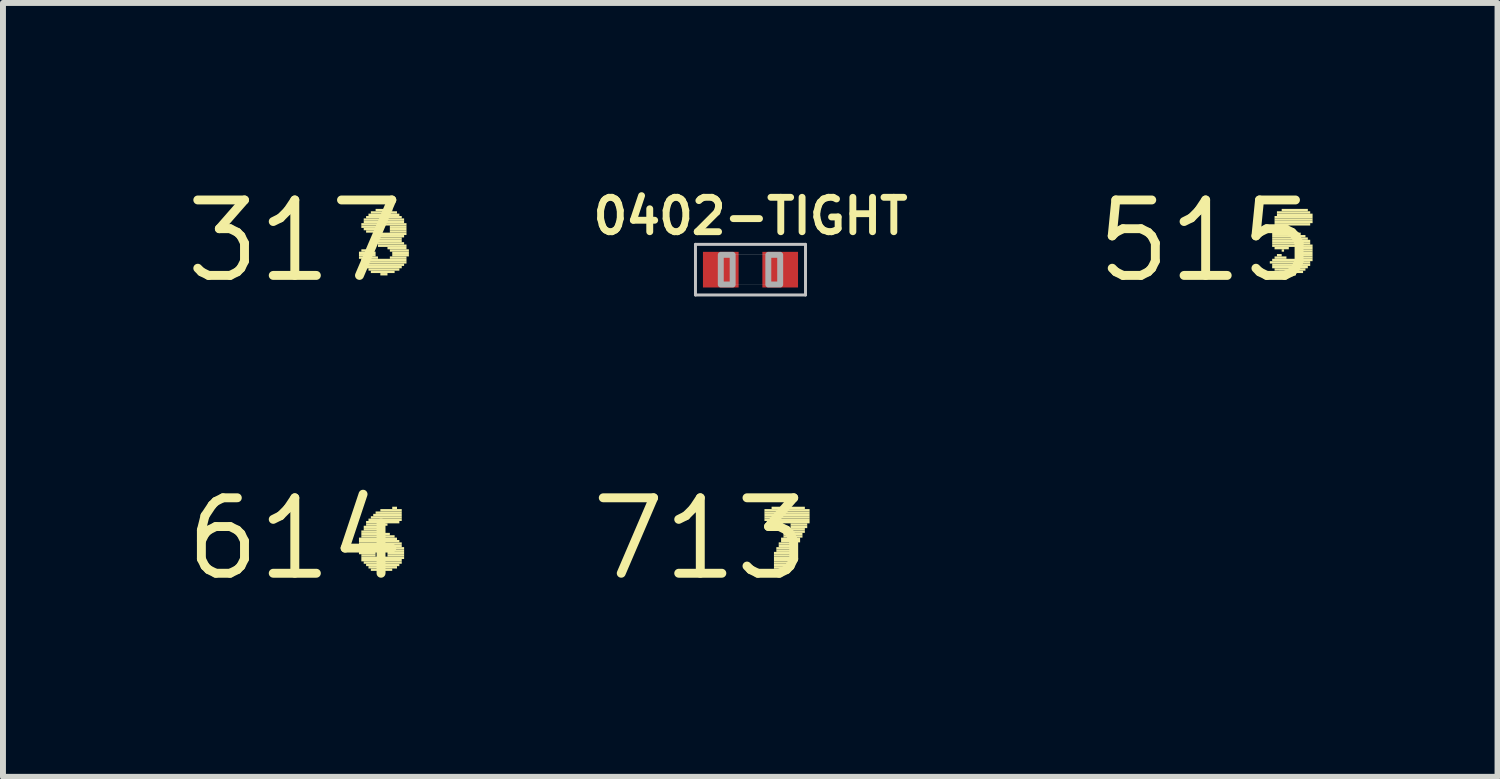
<source format=kicad_pcb>
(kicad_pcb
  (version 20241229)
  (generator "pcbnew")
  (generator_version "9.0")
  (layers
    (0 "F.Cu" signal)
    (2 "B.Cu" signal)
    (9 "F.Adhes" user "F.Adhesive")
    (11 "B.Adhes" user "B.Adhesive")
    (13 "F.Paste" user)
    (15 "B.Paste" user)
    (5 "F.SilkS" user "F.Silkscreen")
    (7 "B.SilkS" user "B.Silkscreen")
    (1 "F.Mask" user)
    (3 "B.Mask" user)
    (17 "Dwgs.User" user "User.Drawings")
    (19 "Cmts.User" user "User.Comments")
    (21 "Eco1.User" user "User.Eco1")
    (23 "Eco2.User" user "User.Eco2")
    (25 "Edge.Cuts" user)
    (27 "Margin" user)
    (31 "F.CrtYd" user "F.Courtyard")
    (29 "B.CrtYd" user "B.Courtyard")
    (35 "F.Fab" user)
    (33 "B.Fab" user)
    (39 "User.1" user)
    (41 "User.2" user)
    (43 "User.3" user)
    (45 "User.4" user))
  (footprint "515"
    (layer "F.Cu")
    (at 17.243 1.006)
    (property "Reference" "515" (at 0 0 0) (layer "F.SilkS") (effects (font (size 1.27 1.27) (thickness 0.15))))
    (attr through_hole)
    (fp_poly (pts (xy 1.08 0.38) (xy 1.76 0.38) (xy 1.76 0.34) (xy 1.08 0.34)) (stroke (width 0) (type solid)) (fill yes) (layer "F.SilkS"))
    (fp_poly (pts (xy 1.12 -0.14) (xy 1.48 -0.14) (xy 1.48 -0.18) (xy 1.12 -0.18)) (stroke (width 0) (type solid)) (fill yes) (layer "F.SilkS"))
    (fp_poly (pts (xy 1.12 -0.1) (xy 1.6 -0.1) (xy 1.6 -0.14) (xy 1.12 -0.14)) (stroke (width 0) (type solid)) (fill yes) (layer "F.SilkS"))
    (fp_poly (pts (xy 1.12 -0.06) (xy 1.68 -0.06) (xy 1.68 -0.1) (xy 1.12 -0.1)) (stroke (width 0) (type solid)) (fill yes) (layer "F.SilkS"))
    (fp_poly (pts (xy 1.12 -0.02) (xy 1.72 -0.02) (xy 1.72 -0.06) (xy 1.12 -0.06)) (stroke (width 0) (type solid)) (fill yes) (layer "F.SilkS"))
    (fp_poly (pts (xy 1.12 0.02) (xy 1.76 0.02) (xy 1.76 -0.02) (xy 1.12 -0.02)) (stroke (width 0) (type solid)) (fill yes) (layer "F.SilkS"))
    (fp_poly (pts (xy 1.12 0.06) (xy 1.76 0.06) (xy 1.76 0.02) (xy 1.12 0.02)) (stroke (width 0) (type solid)) (fill yes) (layer "F.SilkS"))
    (fp_poly (pts (xy 1.12 0.1) (xy 1.8 0.1) (xy 1.8 0.06) (xy 1.12 0.06)) (stroke (width 0) (type solid)) (fill yes) (layer "F.SilkS"))
    (fp_poly (pts (xy 1.12 0.34) (xy 1.8 0.34) (xy 1.8 0.3) (xy 1.12 0.3)) (stroke (width 0) (type solid)) (fill yes) (layer "F.SilkS"))
    (fp_poly (pts (xy 1.12 0.42) (xy 1.76 0.42) (xy 1.76 0.38) (xy 1.12 0.38)) (stroke (width 0) (type solid)) (fill yes) (layer "F.SilkS"))
    (fp_poly (pts (xy 1.12 0.46) (xy 1.72 0.46) (xy 1.72 0.42) (xy 1.12 0.42)) (stroke (width 0) (type solid)) (fill yes) (layer "F.SilkS"))
    (fp_poly (pts (xy 1.16 -0.38) (xy 1.8 -0.38) (xy 1.8 -0.42) (xy 1.16 -0.42)) (stroke (width 0) (type solid)) (fill yes) (layer "F.SilkS"))
    (fp_poly (pts (xy 1.16 -0.34) (xy 1.8 -0.34) (xy 1.8 -0.38) (xy 1.16 -0.38)) (stroke (width 0) (type solid)) (fill yes) (layer "F.SilkS"))
    (fp_poly (pts (xy 1.16 -0.3) (xy 1.8 -0.3) (xy 1.8 -0.34) (xy 1.16 -0.34)) (stroke (width 0) (type solid)) (fill yes) (layer "F.SilkS"))
    (fp_poly (pts (xy 1.16 -0.26) (xy 1.76 -0.26) (xy 1.76 -0.3) (xy 1.16 -0.3)) (stroke (width 0) (type solid)) (fill yes) (layer "F.SilkS"))
    (fp_poly (pts (xy 1.16 -0.22) (xy 1.4 -0.22) (xy 1.4 -0.26) (xy 1.16 -0.26)) (stroke (width 0) (type solid)) (fill yes) (layer "F.SilkS"))
    (fp_poly (pts (xy 1.16 -0.18) (xy 1.4 -0.18) (xy 1.4 -0.22) (xy 1.16 -0.22)) (stroke (width 0) (type solid)) (fill yes) (layer "F.SilkS"))
    (fp_poly (pts (xy 1.16 0.14) (xy 1.4 0.14) (xy 1.4 0.1) (xy 1.16 0.1)) (stroke (width 0) (type solid)) (fill yes) (layer "F.SilkS"))
    (fp_poly (pts (xy 1.16 0.3) (xy 1.36 0.3) (xy 1.36 0.26) (xy 1.16 0.26)) (stroke (width 0) (type solid)) (fill yes) (layer "F.SilkS"))
    (fp_poly (pts (xy 1.16 0.5) (xy 1.68 0.5) (xy 1.68 0.46) (xy 1.16 0.46)) (stroke (width 0) (type solid)) (fill yes) (layer "F.SilkS"))
    (fp_poly (pts (xy 1.2 -0.46) (xy 1.76 -0.46) (xy 1.76 -0.5) (xy 1.2 -0.5)) (stroke (width 0) (type solid)) (fill yes) (layer "F.SilkS"))
    (fp_poly (pts (xy 1.2 -0.42) (xy 1.8 -0.42) (xy 1.8 -0.46) (xy 1.2 -0.46)) (stroke (width 0) (type solid)) (fill yes) (layer "F.SilkS"))
    (fp_poly (pts (xy 1.2 0.26) (xy 1.28 0.26) (xy 1.28 0.22) (xy 1.2 0.22)) (stroke (width 0) (type solid)) (fill yes) (layer "F.SilkS"))
    (fp_poly (pts (xy 1.24 0.54) (xy 1.64 0.54) (xy 1.64 0.5) (xy 1.24 0.5)) (stroke (width 0) (type solid)) (fill yes) (layer "F.SilkS"))
    (fp_poly (pts (xy 1.28 -0.5) (xy 1.72 -0.5) (xy 1.72 -0.54) (xy 1.28 -0.54)) (stroke (width 0) (type solid)) (fill yes) (layer "F.SilkS"))
    (fp_poly (pts (xy 1.28 0.18) (xy 1.32 0.18) (xy 1.32 0.14) (xy 1.28 0.14)) (stroke (width 0) (type solid)) (fill yes) (layer "F.SilkS"))
    (fp_poly (pts (xy 1.36 0.58) (xy 1.52 0.58) (xy 1.52 0.54) (xy 1.36 0.54)) (stroke (width 0) (type solid)) (fill yes) (layer "F.SilkS"))
    (fp_poly (pts (xy 1.52 0.14) (xy 1.8 0.14) (xy 1.8 0.1) (xy 1.52 0.1)) (stroke (width 0) (type solid)) (fill yes) (layer "F.SilkS"))
    (fp_poly (pts (xy 1.52 0.18) (xy 1.8 0.18) (xy 1.8 0.14) (xy 1.52 0.14)) (stroke (width 0) (type solid)) (fill yes) (layer "F.SilkS"))
    (fp_poly (pts (xy 1.52 0.26) (xy 1.8 0.26) (xy 1.8 0.22) (xy 1.52 0.22)) (stroke (width 0) (type solid)) (fill yes) (layer "F.SilkS"))
    (fp_poly (pts (xy 1.52 0.3) (xy 1.8 0.3) (xy 1.8 0.26) (xy 1.52 0.26)) (stroke (width 0) (type solid)) (fill yes) (layer "F.SilkS"))
    (fp_poly (pts (xy 1.56 0.22) (xy 1.8 0.22) (xy 1.8 0.18) (xy 1.56 0.18)) (stroke (width 0) (type solid)) (fill yes) (layer "F.SilkS")))
  (footprint "614"
    (layer "F.Cu")
    (at 1.912 6.019)
    (property "Reference" "614" (at 0 0 0) (layer "F.SilkS") (effects (font (size 1.27 1.27) (thickness 0.15))))
    (attr through_hole)
    (fp_poly (pts (xy 1.08 0.02) (xy 1.72 0.02) (xy 1.72 -0.02) (xy 1.08 -0.02)) (stroke (width 0) (type solid)) (fill yes) (layer "F.SilkS"))
    (fp_poly (pts (xy 1.08 0.06) (xy 1.76 0.06) (xy 1.76 0.02) (xy 1.08 0.02)) (stroke (width 0) (type solid)) (fill yes) (layer "F.SilkS"))
    (fp_poly (pts (xy 1.08 0.1) (xy 1.8 0.1) (xy 1.8 0.06) (xy 1.08 0.06)) (stroke (width 0) (type solid)) (fill yes) (layer "F.SilkS"))
    (fp_poly (pts (xy 1.08 0.14) (xy 1.8 0.14) (xy 1.8 0.1) (xy 1.08 0.1)) (stroke (width 0) (type solid)) (fill yes) (layer "F.SilkS"))
    (fp_poly (pts (xy 1.08 0.18) (xy 1.4 0.18) (xy 1.4 0.14) (xy 1.08 0.14)) (stroke (width 0) (type solid)) (fill yes) (layer "F.SilkS"))
    (fp_poly (pts (xy 1.08 0.22) (xy 1.36 0.22) (xy 1.36 0.18) (xy 1.08 0.18)) (stroke (width 0) (type solid)) (fill yes) (layer "F.SilkS"))
    (fp_poly (pts (xy 1.08 0.26) (xy 1.36 0.26) (xy 1.36 0.22) (xy 1.08 0.22)) (stroke (width 0) (type solid)) (fill yes) (layer "F.SilkS"))
    (fp_poly (pts (xy 1.12 -0.1) (xy 1.4 -0.1) (xy 1.4 -0.14) (xy 1.12 -0.14)) (stroke (width 0) (type solid)) (fill yes) (layer "F.SilkS"))
    (fp_poly (pts (xy 1.12 -0.06) (xy 1.6 -0.06) (xy 1.6 -0.1) (xy 1.12 -0.1)) (stroke (width 0) (type solid)) (fill yes) (layer "F.SilkS"))
    (fp_poly (pts (xy 1.12 -0.02) (xy 1.68 -0.02) (xy 1.68 -0.06) (xy 1.12 -0.06)) (stroke (width 0) (type solid)) (fill yes) (layer "F.SilkS"))
    (fp_poly (pts (xy 1.12 0.3) (xy 1.36 0.3) (xy 1.36 0.26) (xy 1.12 0.26)) (stroke (width 0) (type solid)) (fill yes) (layer "F.SilkS"))
    (fp_poly (pts (xy 1.12 0.34) (xy 1.84 0.34) (xy 1.84 0.3) (xy 1.12 0.3)) (stroke (width 0) (type solid)) (fill yes) (layer "F.SilkS"))
    (fp_poly (pts (xy 1.12 0.38) (xy 1.8 0.38) (xy 1.8 0.34) (xy 1.12 0.34)) (stroke (width 0) (type solid)) (fill yes) (layer "F.SilkS"))
    (fp_poly (pts (xy 1.16 -0.18) (xy 1.48 -0.18) (xy 1.48 -0.22) (xy 1.16 -0.22)) (stroke (width 0) (type solid)) (fill yes) (layer "F.SilkS"))
    (fp_poly (pts (xy 1.16 -0.14) (xy 1.44 -0.14) (xy 1.44 -0.18) (xy 1.16 -0.18)) (stroke (width 0) (type solid)) (fill yes) (layer "F.SilkS"))
    (fp_poly (pts (xy 1.16 0.42) (xy 1.8 0.42) (xy 1.8 0.38) (xy 1.16 0.38)) (stroke (width 0) (type solid)) (fill yes) (layer "F.SilkS"))
    (fp_poly (pts (xy 1.2 -0.26) (xy 1.76 -0.26) (xy 1.76 -0.3) (xy 1.2 -0.3)) (stroke (width 0) (type solid)) (fill yes) (layer "F.SilkS"))
    (fp_poly (pts (xy 1.2 -0.22) (xy 1.56 -0.22) (xy 1.56 -0.26) (xy 1.2 -0.26)) (stroke (width 0) (type solid)) (fill yes) (layer "F.SilkS"))
    (fp_poly (pts (xy 1.2 0.46) (xy 1.76 0.46) (xy 1.76 0.42) (xy 1.2 0.42)) (stroke (width 0) (type solid)) (fill yes) (layer "F.SilkS"))
    (fp_poly (pts (xy 1.24 -0.3) (xy 1.8 -0.3) (xy 1.8 -0.34) (xy 1.24 -0.34)) (stroke (width 0) (type solid)) (fill yes) (layer "F.SilkS"))
    (fp_poly (pts (xy 1.24 0.5) (xy 1.72 0.5) (xy 1.72 0.46) (xy 1.24 0.46)) (stroke (width 0) (type solid)) (fill yes) (layer "F.SilkS"))
    (fp_poly (pts (xy 1.28 -0.34) (xy 1.8 -0.34) (xy 1.8 -0.38) (xy 1.28 -0.38)) (stroke (width 0) (type solid)) (fill yes) (layer "F.SilkS"))
    (fp_poly (pts (xy 1.28 0.54) (xy 1.64 0.54) (xy 1.64 0.5) (xy 1.28 0.5)) (stroke (width 0) (type solid)) (fill yes) (layer "F.SilkS"))
    (fp_poly (pts (xy 1.32 -0.38) (xy 1.8 -0.38) (xy 1.8 -0.42) (xy 1.32 -0.42)) (stroke (width 0) (type solid)) (fill yes) (layer "F.SilkS"))
    (fp_poly (pts (xy 1.36 -0.42) (xy 1.8 -0.42) (xy 1.8 -0.46) (xy 1.36 -0.46)) (stroke (width 0) (type solid)) (fill yes) (layer "F.SilkS"))
    (fp_poly (pts (xy 1.4 0.58) (xy 1.52 0.58) (xy 1.52 0.54) (xy 1.4 0.54)) (stroke (width 0) (type solid)) (fill yes) (layer "F.SilkS"))
    (fp_poly (pts (xy 1.44 -0.46) (xy 1.8 -0.46) (xy 1.8 -0.5) (xy 1.44 -0.5)) (stroke (width 0) (type solid)) (fill yes) (layer "F.SilkS"))
    (fp_poly (pts (xy 1.52 0.18) (xy 1.84 0.18) (xy 1.84 0.14) (xy 1.52 0.14)) (stroke (width 0) (type solid)) (fill yes) (layer "F.SilkS"))
    (fp_poly (pts (xy 1.56 0.22) (xy 1.84 0.22) (xy 1.84 0.18) (xy 1.56 0.18)) (stroke (width 0) (type solid)) (fill yes) (layer "F.SilkS"))
    (fp_poly (pts (xy 1.56 0.26) (xy 1.84 0.26) (xy 1.84 0.22) (xy 1.56 0.22)) (stroke (width 0) (type solid)) (fill yes) (layer "F.SilkS"))
    (fp_poly (pts (xy 1.56 0.3) (xy 1.84 0.3) (xy 1.84 0.26) (xy 1.56 0.26)) (stroke (width 0) (type solid)) (fill yes) (layer "F.SilkS"))
    (fp_poly (pts (xy 1.64 -0.5) (xy 1.72 -0.5) (xy 1.72 -0.54) (xy 1.64 -0.54)) (stroke (width 0) (type solid)) (fill yes) (layer "F.SilkS")))
  (footprint "317"
    (layer "F.Cu")
    (at 1.912 1.006)
    (property "Reference" "317" (at 0 0 0) (layer "F.SilkS") (effects (font (size 1.27 1.27) (thickness 0.15))))
    (attr through_hole)
    (fp_poly (pts (xy 1.08 0.22) (xy 1.36 0.22) (xy 1.36 0.18) (xy 1.08 0.18)) (stroke (width 0) (type solid)) (fill yes) (layer "F.SilkS"))
    (fp_poly (pts (xy 1.08 0.26) (xy 1.36 0.26) (xy 1.36 0.22) (xy 1.08 0.22)) (stroke (width 0) (type solid)) (fill yes) (layer "F.SilkS"))
    (fp_poly (pts (xy 1.08 0.3) (xy 1.4 0.3) (xy 1.4 0.26) (xy 1.08 0.26)) (stroke (width 0) (type solid)) (fill yes) (layer "F.SilkS"))
    (fp_poly (pts (xy 1.12 -0.26) (xy 1.88 -0.26) (xy 1.88 -0.3) (xy 1.12 -0.3)) (stroke (width 0) (type solid)) (fill yes) (layer "F.SilkS"))
    (fp_poly (pts (xy 1.12 -0.22) (xy 1.4 -0.22) (xy 1.4 -0.26) (xy 1.12 -0.26)) (stroke (width 0) (type solid)) (fill yes) (layer "F.SilkS"))
    (fp_poly (pts (xy 1.12 0.18) (xy 1.32 0.18) (xy 1.32 0.14) (xy 1.12 0.14)) (stroke (width 0) (type solid)) (fill yes) (layer "F.SilkS"))
    (fp_poly (pts (xy 1.12 0.34) (xy 1.88 0.34) (xy 1.88 0.3) (xy 1.12 0.3)) (stroke (width 0) (type solid)) (fill yes) (layer "F.SilkS"))
    (fp_poly (pts (xy 1.12 0.38) (xy 1.88 0.38) (xy 1.88 0.34) (xy 1.12 0.34)) (stroke (width 0) (type solid)) (fill yes) (layer "F.SilkS"))
    (fp_poly (pts (xy 1.16 -0.34) (xy 1.84 -0.34) (xy 1.84 -0.38) (xy 1.16 -0.38)) (stroke (width 0) (type solid)) (fill yes) (layer "F.SilkS"))
    (fp_poly (pts (xy 1.16 -0.3) (xy 1.84 -0.3) (xy 1.84 -0.34) (xy 1.16 -0.34)) (stroke (width 0) (type solid)) (fill yes) (layer "F.SilkS"))
    (fp_poly (pts (xy 1.16 -0.18) (xy 1.4 -0.18) (xy 1.4 -0.22) (xy 1.16 -0.22)) (stroke (width 0) (type solid)) (fill yes) (layer "F.SilkS"))
    (fp_poly (pts (xy 1.16 0.42) (xy 1.84 0.42) (xy 1.84 0.38) (xy 1.16 0.38)) (stroke (width 0) (type solid)) (fill yes) (layer "F.SilkS"))
    (fp_poly (pts (xy 1.16 0.46) (xy 1.8 0.46) (xy 1.8 0.42) (xy 1.16 0.42)) (stroke (width 0) (type solid)) (fill yes) (layer "F.SilkS"))
    (fp_poly (pts (xy 1.2 -0.38) (xy 1.8 -0.38) (xy 1.8 -0.42) (xy 1.2 -0.42)) (stroke (width 0) (type solid)) (fill yes) (layer "F.SilkS"))
    (fp_poly (pts (xy 1.2 -0.14) (xy 1.36 -0.14) (xy 1.36 -0.18) (xy 1.2 -0.18)) (stroke (width 0) (type solid)) (fill yes) (layer "F.SilkS"))
    (fp_poly (pts (xy 1.24 -0.42) (xy 1.76 -0.42) (xy 1.76 -0.46) (xy 1.24 -0.46)) (stroke (width 0) (type solid)) (fill yes) (layer "F.SilkS"))
    (fp_poly (pts (xy 1.24 0.5) (xy 1.76 0.5) (xy 1.76 0.46) (xy 1.24 0.46)) (stroke (width 0) (type solid)) (fill yes) (layer "F.SilkS"))
    (fp_poly (pts (xy 1.28 -0.46) (xy 1.72 -0.46) (xy 1.72 -0.5) (xy 1.28 -0.5)) (stroke (width 0) (type solid)) (fill yes) (layer "F.SilkS"))
    (fp_poly (pts (xy 1.28 0.54) (xy 1.68 0.54) (xy 1.68 0.5) (xy 1.28 0.5)) (stroke (width 0) (type solid)) (fill yes) (layer "F.SilkS"))
    (fp_poly (pts (xy 1.36 -0.5) (xy 1.64 -0.5) (xy 1.64 -0.54) (xy 1.36 -0.54)) (stroke (width 0) (type solid)) (fill yes) (layer "F.SilkS"))
    (fp_poly (pts (xy 1.36 -0.02) (xy 1.8 -0.02) (xy 1.8 -0.06) (xy 1.36 -0.06)) (stroke (width 0) (type solid)) (fill yes) (layer "F.SilkS"))
    (fp_poly (pts (xy 1.36 0.02) (xy 1.8 0.02) (xy 1.8 -0.02) (xy 1.36 -0.02)) (stroke (width 0) (type solid)) (fill yes) (layer "F.SilkS"))
    (fp_poly (pts (xy 1.4 -0.1) (xy 1.88 -0.1) (xy 1.88 -0.14) (xy 1.4 -0.14)) (stroke (width 0) (type solid)) (fill yes) (layer "F.SilkS"))
    (fp_poly (pts (xy 1.4 -0.06) (xy 1.84 -0.06) (xy 1.84 -0.1) (xy 1.4 -0.1)) (stroke (width 0) (type solid)) (fill yes) (layer "F.SilkS"))
    (fp_poly (pts (xy 1.4 0.06) (xy 1.84 0.06) (xy 1.84 0.02) (xy 1.4 0.02)) (stroke (width 0) (type solid)) (fill yes) (layer "F.SilkS"))
    (fp_poly (pts (xy 1.4 0.1) (xy 1.88 0.1) (xy 1.88 0.06) (xy 1.4 0.06)) (stroke (width 0) (type solid)) (fill yes) (layer "F.SilkS"))
    (fp_poly (pts (xy 1.44 0.58) (xy 1.56 0.58) (xy 1.56 0.54) (xy 1.44 0.54)) (stroke (width 0) (type solid)) (fill yes) (layer "F.SilkS"))
    (fp_poly (pts (xy 1.56 0.14) (xy 1.88 0.14) (xy 1.88 0.1) (xy 1.56 0.1)) (stroke (width 0) (type solid)) (fill yes) (layer "F.SilkS"))
    (fp_poly (pts (xy 1.6 -0.22) (xy 1.88 -0.22) (xy 1.88 -0.26) (xy 1.6 -0.26)) (stroke (width 0) (type solid)) (fill yes) (layer "F.SilkS"))
    (fp_poly (pts (xy 1.6 -0.18) (xy 1.88 -0.18) (xy 1.88 -0.22) (xy 1.6 -0.22)) (stroke (width 0) (type solid)) (fill yes) (layer "F.SilkS"))
    (fp_poly (pts (xy 1.6 -0.14) (xy 1.88 -0.14) (xy 1.88 -0.18) (xy 1.6 -0.18)) (stroke (width 0) (type solid)) (fill yes) (layer "F.SilkS"))
    (fp_poly (pts (xy 1.6 0.18) (xy 1.92 0.18) (xy 1.92 0.14) (xy 1.6 0.14)) (stroke (width 0) (type solid)) (fill yes) (layer "F.SilkS"))
    (fp_poly (pts (xy 1.6 0.3) (xy 1.88 0.3) (xy 1.88 0.26) (xy 1.6 0.26)) (stroke (width 0) (type solid)) (fill yes) (layer "F.SilkS"))
    (fp_poly (pts (xy 1.64 0.22) (xy 1.92 0.22) (xy 1.92 0.18) (xy 1.64 0.18)) (stroke (width 0) (type solid)) (fill yes) (layer "F.SilkS"))
    (fp_poly (pts (xy 1.64 0.26) (xy 1.92 0.26) (xy 1.92 0.22) (xy 1.64 0.22)) (stroke (width 0) (type solid)) (fill yes) (layer "F.SilkS")))
  (footprint "713"
    (layer "F.Cu")
    (at 8.737 6.019)
    (property "Reference" "713" (at 0 0 0) (layer "F.SilkS") (effects (font (size 1.27 1.27) (thickness 0.15))))
    (attr through_hole)
    (fp_poly (pts (xy 1.08 -0.46) (xy 1.84 -0.46) (xy 1.84 -0.5) (xy 1.08 -0.5)) (stroke (width 0) (type solid)) (fill yes) (layer "F.SilkS"))
    (fp_poly (pts (xy 1.08 -0.42) (xy 1.84 -0.42) (xy 1.84 -0.46) (xy 1.08 -0.46)) (stroke (width 0) (type solid)) (fill yes) (layer "F.SilkS"))
    (fp_poly (pts (xy 1.08 -0.38) (xy 1.84 -0.38) (xy 1.84 -0.42) (xy 1.08 -0.42)) (stroke (width 0) (type solid)) (fill yes) (layer "F.SilkS"))
    (fp_poly (pts (xy 1.08 -0.34) (xy 1.84 -0.34) (xy 1.84 -0.38) (xy 1.08 -0.38)) (stroke (width 0) (type solid)) (fill yes) (layer "F.SilkS"))
    (fp_poly (pts (xy 1.08 -0.3) (xy 1.84 -0.3) (xy 1.84 -0.34) (xy 1.08 -0.34)) (stroke (width 0) (type solid)) (fill yes) (layer "F.SilkS"))
    (fp_poly (pts (xy 1.12 -0.26) (xy 1.84 -0.26) (xy 1.84 -0.3) (xy 1.12 -0.3)) (stroke (width 0) (type solid)) (fill yes) (layer "F.SilkS"))
    (fp_poly (pts (xy 1.2 -0.5) (xy 1.76 -0.5) (xy 1.76 -0.54) (xy 1.2 -0.54)) (stroke (width 0) (type solid)) (fill yes) (layer "F.SilkS"))
    (fp_poly (pts (xy 1.24 0.26) (xy 1.56 0.26) (xy 1.56 0.22) (xy 1.24 0.22)) (stroke (width 0) (type solid)) (fill yes) (layer "F.SilkS"))
    (fp_poly (pts (xy 1.24 0.3) (xy 1.52 0.3) (xy 1.52 0.26) (xy 1.24 0.26)) (stroke (width 0) (type solid)) (fill yes) (layer "F.SilkS"))
    (fp_poly (pts (xy 1.24 0.34) (xy 1.52 0.34) (xy 1.52 0.3) (xy 1.24 0.3)) (stroke (width 0) (type solid)) (fill yes) (layer "F.SilkS"))
    (fp_poly (pts (xy 1.24 0.38) (xy 1.52 0.38) (xy 1.52 0.34) (xy 1.24 0.34)) (stroke (width 0) (type solid)) (fill yes) (layer "F.SilkS"))
    (fp_poly (pts (xy 1.24 0.42) (xy 1.48 0.42) (xy 1.48 0.38) (xy 1.24 0.38)) (stroke (width 0) (type solid)) (fill yes) (layer "F.SilkS"))
    (fp_poly (pts (xy 1.24 0.46) (xy 1.48 0.46) (xy 1.48 0.42) (xy 1.24 0.42)) (stroke (width 0) (type solid)) (fill yes) (layer "F.SilkS"))
    (fp_poly (pts (xy 1.24 0.5) (xy 1.48 0.5) (xy 1.48 0.46) (xy 1.24 0.46)) (stroke (width 0) (type solid)) (fill yes) (layer "F.SilkS"))
    (fp_poly (pts (xy 1.24 0.54) (xy 1.48 0.54) (xy 1.48 0.5) (xy 1.24 0.5)) (stroke (width 0) (type solid)) (fill yes) (layer "F.SilkS"))
    (fp_poly (pts (xy 1.28 0.18) (xy 1.6 0.18) (xy 1.6 0.14) (xy 1.28 0.14)) (stroke (width 0) (type solid)) (fill yes) (layer "F.SilkS"))
    (fp_poly (pts (xy 1.28 0.22) (xy 1.56 0.22) (xy 1.56 0.18) (xy 1.28 0.18)) (stroke (width 0) (type solid)) (fill yes) (layer "F.SilkS"))
    (fp_poly (pts (xy 1.32 0.1) (xy 1.64 0.1) (xy 1.64 0.06) (xy 1.32 0.06)) (stroke (width 0) (type solid)) (fill yes) (layer "F.SilkS"))
    (fp_poly (pts (xy 1.32 0.14) (xy 1.6 0.14) (xy 1.6 0.1) (xy 1.32 0.1)) (stroke (width 0) (type solid)) (fill yes) (layer "F.SilkS"))
    (fp_poly (pts (xy 1.36 0.02) (xy 1.68 0.02) (xy 1.68 -0.02) (xy 1.36 -0.02)) (stroke (width 0) (type solid)) (fill yes) (layer "F.SilkS"))
    (fp_poly (pts (xy 1.36 0.06) (xy 1.68 0.06) (xy 1.68 0.02) (xy 1.36 0.02)) (stroke (width 0) (type solid)) (fill yes) (layer "F.SilkS"))
    (fp_poly (pts (xy 1.4 -0.06) (xy 1.72 -0.06) (xy 1.72 -0.1) (xy 1.4 -0.1)) (stroke (width 0) (type solid)) (fill yes) (layer "F.SilkS"))
    (fp_poly (pts (xy 1.4 -0.02) (xy 1.72 -0.02) (xy 1.72 -0.06) (xy 1.4 -0.06)) (stroke (width 0) (type solid)) (fill yes) (layer "F.SilkS"))
    (fp_poly (pts (xy 1.44 -0.1) (xy 1.76 -0.1) (xy 1.76 -0.14) (xy 1.44 -0.14)) (stroke (width 0) (type solid)) (fill yes) (layer "F.SilkS"))
    (fp_poly (pts (xy 1.48 -0.14) (xy 1.76 -0.14) (xy 1.76 -0.18) (xy 1.48 -0.18)) (stroke (width 0) (type solid)) (fill yes) (layer "F.SilkS"))
    (fp_poly (pts (xy 1.52 -0.22) (xy 1.8 -0.22) (xy 1.8 -0.26) (xy 1.52 -0.26)) (stroke (width 0) (type solid)) (fill yes) (layer "F.SilkS"))
    (fp_poly (pts (xy 1.52 -0.18) (xy 1.8 -0.18) (xy 1.8 -0.22) (xy 1.52 -0.22)) (stroke (width 0) (type solid)) (fill yes) (layer "F.SilkS")))
  (footprint "0402-TIGHT"
    (layer "F.Cu")
    (at 9.582 1.489)
    (property "Reference" "0402-TIGHT" (at 0 -0.562 0) (layer "F.SilkS") (effects (font (size 0.579 0.579) (thickness 0.116)) (justify bottom)))
    (attr through_hole)
    (fp_line (start -0.926 -0.426) (end -0.926 0.426) (stroke (width 0.05) (type solid)) (layer "Dwgs.User"))
    (fp_line (start -0.926 0.426) (end 0.926 0.426) (stroke (width 0.05) (type solid)) (layer "Dwgs.User"))
    (fp_line (start 0.926 -0.426) (end -0.926 -0.426) (stroke (width 0.05) (type solid)) (layer "Dwgs.User"))
    (fp_line (start 0.926 0.426) (end 0.926 -0.426) (stroke (width 0.05) (type solid)) (layer "Dwgs.User"))
    (fp_line (start -0.5 -0.25) (end 0.5 -0.25) (stroke (width 0.003) (type solid)) (layer "F.Fab"))
    (fp_line (start -0.5 0.25) (end -0.5 -0.25) (stroke (width 0.003) (type solid)) (layer "F.Fab"))
    (fp_line (start 0.5 -0.25) (end 0.5 0.25) (stroke (width 0.003) (type solid)) (layer "F.Fab"))
    (fp_line (start 0.5 0.25) (end -0.5 0.25) (stroke (width 0.003) (type solid)) (layer "F.Fab"))
    (fp_poly (pts (xy -0.5 0.25) (xy -0.3 0.25) (xy -0.3 -0.25) (xy -0.5 -0.25)) (stroke (width 0.1) (type solid)) (fill no) (layer "F.Fab"))
    (fp_poly (pts (xy 0.5 -0.25) (xy 0.3 -0.25) (xy 0.3 0.25) (xy 0.5 0.25)) (stroke (width 0.1) (type solid)) (fill no) (layer "F.Fab"))
    (pad "1" smd rect (at -0.5 0) (size 0.6 0.6) (layers "F.Cu" "F.Mask" "F.Paste"))
    (pad "2" smd rect (at 0.5 0) (size 0.6 0.6) (layers "F.Cu" "F.Mask" "F.Paste")))
  (gr_rect
    (start -3 -3)
    (end 22.156 10.025)
    (stroke (width 0.1) (type default))
    (fill no)
    (layer "Edge.Cuts")))
</source>
